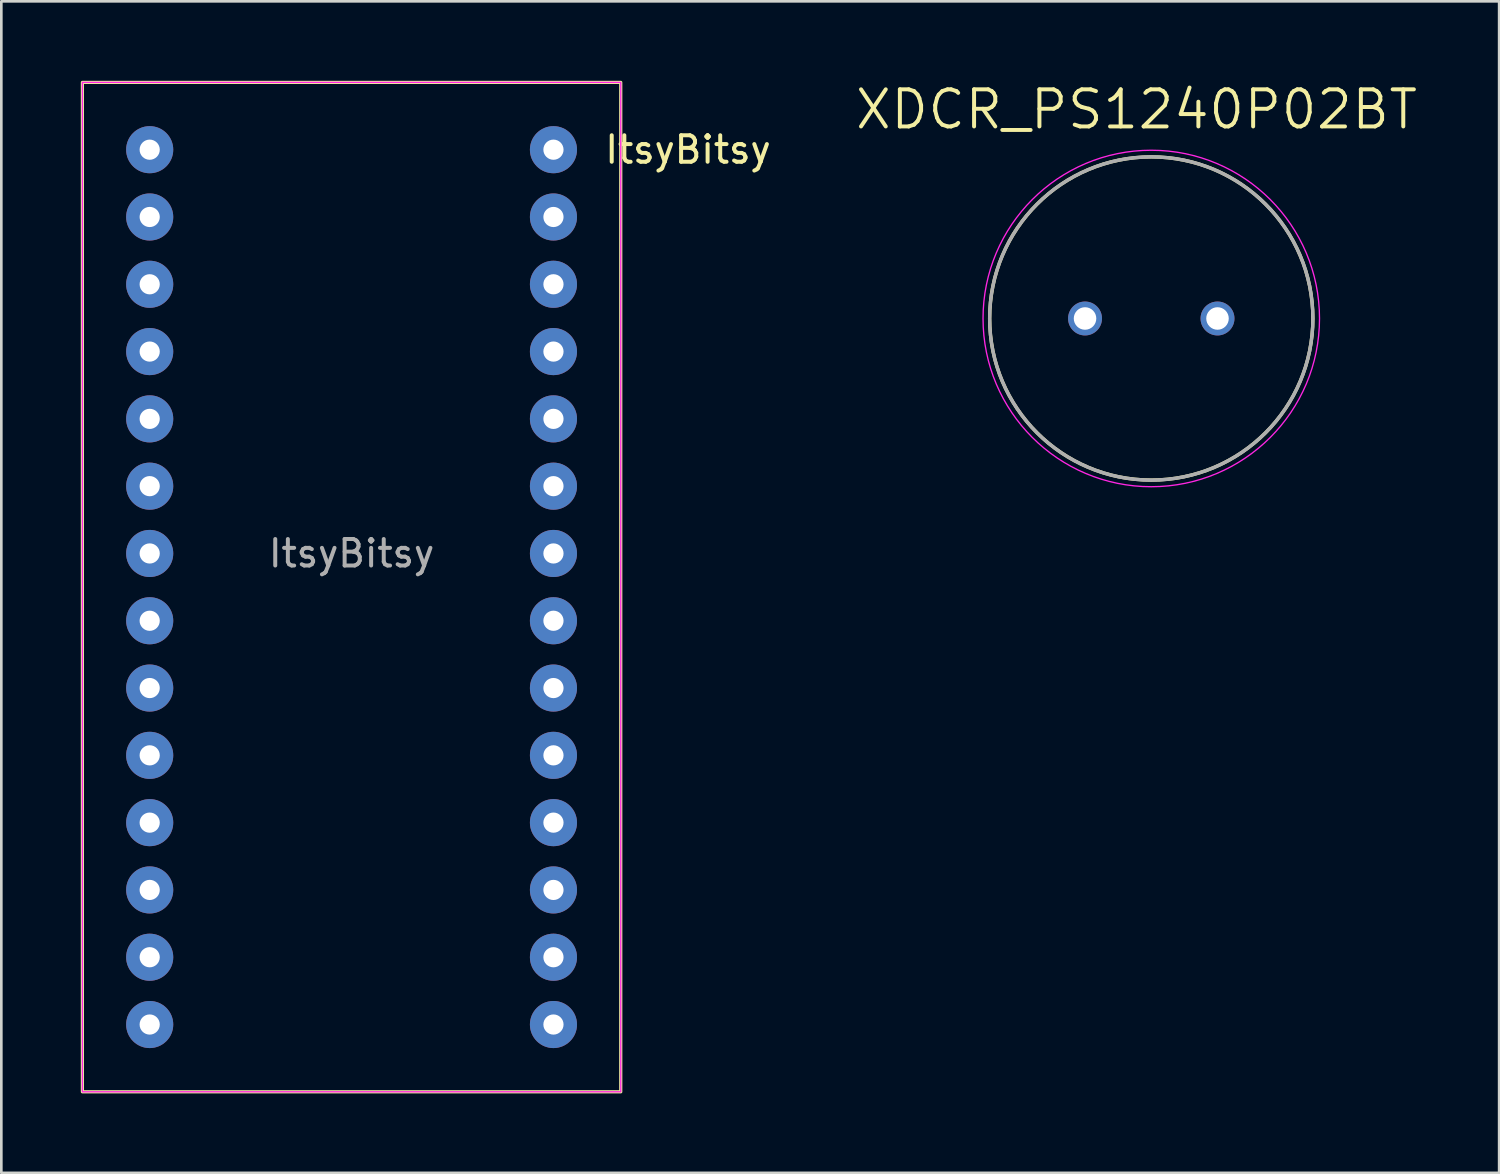
<source format=kicad_pcb>
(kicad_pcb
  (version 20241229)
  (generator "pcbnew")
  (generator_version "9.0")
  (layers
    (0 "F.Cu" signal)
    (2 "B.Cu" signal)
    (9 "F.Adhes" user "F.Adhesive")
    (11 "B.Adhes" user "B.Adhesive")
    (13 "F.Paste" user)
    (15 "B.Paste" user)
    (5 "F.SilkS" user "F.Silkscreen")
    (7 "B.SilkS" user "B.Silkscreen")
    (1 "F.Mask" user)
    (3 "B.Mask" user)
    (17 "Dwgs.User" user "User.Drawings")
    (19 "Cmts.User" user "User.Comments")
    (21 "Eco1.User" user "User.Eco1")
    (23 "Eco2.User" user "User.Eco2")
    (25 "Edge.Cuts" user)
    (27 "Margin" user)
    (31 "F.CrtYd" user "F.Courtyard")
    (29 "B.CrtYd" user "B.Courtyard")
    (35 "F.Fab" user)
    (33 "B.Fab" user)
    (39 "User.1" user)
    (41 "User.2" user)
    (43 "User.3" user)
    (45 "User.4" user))
  (footprint "ItsyBitsy"
    (layer "F.Cu")
    (at 10.22 17.84)
    (property "Reference" "ItsyBitsy" (at 12.7 -15.24 0) (unlocked yes) (layer "F.SilkS") (effects (font (size 1 1) (thickness 0.15))))
    (attr through_hole)
    (fp_rect (start 10.16 -17.78) (end -10.16 20.32) (stroke (width 0.12) (type solid)) (fill no) (layer "F.SilkS"))
    (fp_rect (start -10.16 -17.78) (end 10.16 20.32) (stroke (width 0.05) (type solid)) (fill no) (layer "F.CrtYd"))
    (fp_text user "${REFERENCE}" (at 0 0 0) (unlocked yes) (layer "F.Fab") (effects (font (size 1 1) (thickness 0.15))))
    (pad "1" thru_hole circle (at -7.62 -15.24) (size 1.778 1.778) (drill 0.762) (layers "*.Cu" "*.Mask"))
    (pad "2" thru_hole circle (at -7.62 -12.7) (size 1.778 1.778) (drill 0.762) (layers "*.Cu" "*.Mask"))
    (pad "3" thru_hole circle (at -7.62 -10.16) (size 1.778 1.778) (drill 0.762) (layers "*.Cu" "*.Mask"))
    (pad "4" thru_hole circle (at -7.62 -7.62) (size 1.778 1.778) (drill 0.762) (layers "*.Cu" "*.Mask"))
    (pad "5" thru_hole circle (at -7.62 -5.08) (size 1.778 1.778) (drill 0.762) (layers "*.Cu" "*.Mask"))
    (pad "6" thru_hole circle (at -7.62 -2.54) (size 1.778 1.778) (drill 0.762) (layers "*.Cu" "*.Mask"))
    (pad "7" thru_hole circle (at -7.62 0) (size 1.778 1.778) (drill 0.762) (layers "*.Cu" "*.Mask"))
    (pad "8" thru_hole circle (at -7.62 2.54) (size 1.778 1.778) (drill 0.762) (layers "*.Cu" "*.Mask"))
    (pad "9" thru_hole circle (at -7.62 5.08) (size 1.778 1.778) (drill 0.762) (layers "*.Cu" "*.Mask"))
    (pad "10" thru_hole circle (at -7.62 7.62) (size 1.778 1.778) (drill 0.762) (layers "*.Cu" "*.Mask"))
    (pad "11" thru_hole circle (at -7.62 10.16) (size 1.778 1.778) (drill 0.762) (layers "*.Cu" "*.Mask"))
    (pad "12" thru_hole circle (at -7.62 12.7) (size 1.778 1.778) (drill 0.762) (layers "*.Cu" "*.Mask"))
    (pad "13" thru_hole circle (at -7.62 15.24) (size 1.778 1.778) (drill 0.762) (layers "*.Cu" "*.Mask"))
    (pad "14" thru_hole circle (at -7.62 17.78) (size 1.778 1.778) (drill 0.762) (layers "*.Cu" "*.Mask"))
    (pad "15" thru_hole circle (at 7.62 17.78) (size 1.778 1.778) (drill 0.762) (layers "*.Cu" "*.Mask"))
    (pad "16" thru_hole circle (at 7.62 15.24) (size 1.778 1.778) (drill 0.762) (layers "*.Cu" "*.Mask"))
    (pad "17" thru_hole circle (at 7.62 12.7) (size 1.778 1.778) (drill 0.762) (layers "*.Cu" "*.Mask"))
    (pad "18" thru_hole circle (at 7.62 10.16) (size 1.778 1.778) (drill 0.762) (layers "*.Cu" "*.Mask"))
    (pad "19" thru_hole circle (at 7.62 7.62) (size 1.778 1.778) (drill 0.762) (layers "*.Cu" "*.Mask"))
    (pad "20" thru_hole circle (at 7.62 5.08) (size 1.778 1.778) (drill 0.762) (layers "*.Cu" "*.Mask"))
    (pad "21" thru_hole circle (at 7.62 2.54) (size 1.778 1.778) (drill 0.762) (layers "*.Cu" "*.Mask"))
    (pad "22" thru_hole circle (at 7.62 0) (size 1.778 1.778) (drill 0.762) (layers "*.Cu" "*.Mask"))
    (pad "23" thru_hole circle (at 7.62 -2.54) (size 1.778 1.778) (drill 0.762) (layers "*.Cu" "*.Mask"))
    (pad "24" thru_hole circle (at 7.62 -5.08) (size 1.778 1.778) (drill 0.762) (layers "*.Cu" "*.Mask"))
    (pad "25" thru_hole circle (at 7.62 -7.62) (size 1.778 1.778) (drill 0.762) (layers "*.Cu" "*.Mask"))
    (pad "26" thru_hole circle (at 7.62 -10.16) (size 1.778 1.778) (drill 0.762) (layers "*.Cu" "*.Mask"))
    (pad "27" thru_hole circle (at 7.62 -12.7) (size 1.778 1.778) (drill 0.762) (layers "*.Cu" "*.Mask"))
    (pad "28" thru_hole circle (at 7.62 -15.24) (size 1.778 1.778) (drill 0.762) (layers "*.Cu" "*.Mask")))
  (footprint "XDCR_PS1240P02BT"
    (layer "F.Cu")
    (at 40.404 8.971)
    (property "Reference" "XDCR_PS1240P02BT" (at -0.555 -7.889 0) (layer "F.SilkS") (effects (font (size 1.4 1.4) (thickness 0.15))))
    (attr through_hole)
    (fp_circle (center 0 0) (end 6.1 0) (stroke (width 0.127) (type solid)) (fill no) (layer "F.SilkS"))
    (fp_circle (center 0 0) (end 6.35 0) (stroke (width 0.05) (type solid)) (fill no) (layer "F.CrtYd"))
    (fp_circle (center 0 0) (end 6.1 0) (stroke (width 0.127) (type solid)) (fill no) (layer "F.Fab"))
    (pad "1" thru_hole circle (at -2.5 0) (size 1.28 1.28) (drill 0.85) (layers "*.Cu" "*.Mask"))
    (pad "2" thru_hole circle (at 2.5 0) (size 1.28 1.28) (drill 0.85) (layers "*.Cu" "*.Mask")))
  (gr_rect
    (start -3 -3)
    (end 53.534 41.22)
    (stroke (width 0.1) (type default))
    (fill no)
    (layer "Edge.Cuts")))
</source>
